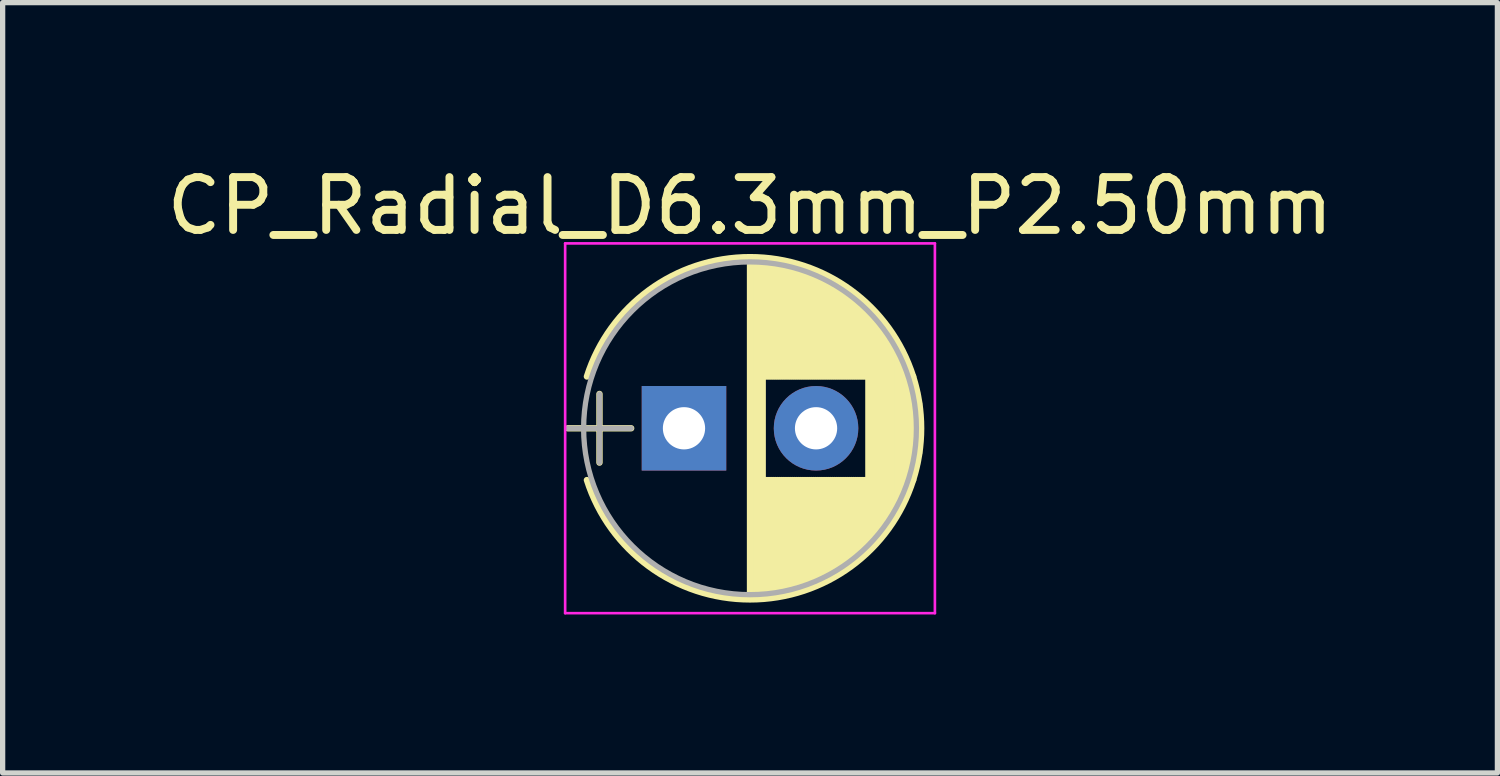
<source format=kicad_pcb>
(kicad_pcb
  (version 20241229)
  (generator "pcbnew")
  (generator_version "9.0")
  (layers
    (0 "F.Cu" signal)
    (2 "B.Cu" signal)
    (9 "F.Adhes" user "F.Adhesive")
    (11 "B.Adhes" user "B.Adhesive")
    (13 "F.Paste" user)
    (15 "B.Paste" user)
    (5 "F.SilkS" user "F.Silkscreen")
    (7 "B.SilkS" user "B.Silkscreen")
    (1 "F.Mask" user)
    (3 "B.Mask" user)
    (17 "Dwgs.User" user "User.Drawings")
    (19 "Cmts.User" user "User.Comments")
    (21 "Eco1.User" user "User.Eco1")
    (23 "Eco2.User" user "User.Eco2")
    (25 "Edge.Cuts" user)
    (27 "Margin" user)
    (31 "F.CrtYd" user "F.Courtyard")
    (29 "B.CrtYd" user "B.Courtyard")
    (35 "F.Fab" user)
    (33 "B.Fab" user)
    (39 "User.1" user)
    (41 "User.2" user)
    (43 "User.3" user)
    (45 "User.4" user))
  (footprint "CP_Radial_D6.3mm_P2.50mm"
    (layer "F.Cu")
    (at 9.899 5.058)
    (property "Reference" "CP_Radial_D6.3mm_P2.50mm" (at 1.25 -4.21 0) (layer "F.SilkS") (effects (font (size 1 1) (thickness 0.15))))
    (attr through_hole)
    (fp_line (start -2.2 0) (end -1 0) (stroke (width 0.12) (type solid)) (layer "F.SilkS"))
    (fp_line (start -1.6 -0.65) (end -1.6 0.65) (stroke (width 0.12) (type solid)) (layer "F.SilkS"))
    (fp_line (start 1.25 -3.2) (end 1.25 3.2) (stroke (width 0.12) (type solid)) (layer "F.SilkS"))
    (fp_line (start 1.29 -3.2) (end 1.29 3.2) (stroke (width 0.12) (type solid)) (layer "F.SilkS"))
    (fp_line (start 1.33 -3.2) (end 1.33 3.2) (stroke (width 0.12) (type solid)) (layer "F.SilkS"))
    (fp_line (start 1.37 -3.198) (end 1.37 3.198) (stroke (width 0.12) (type solid)) (layer "F.SilkS"))
    (fp_line (start 1.41 -3.197) (end 1.41 3.197) (stroke (width 0.12) (type solid)) (layer "F.SilkS"))
    (fp_line (start 1.45 -3.194) (end 1.45 3.194) (stroke (width 0.12) (type solid)) (layer "F.SilkS"))
    (fp_line (start 1.49 -3.192) (end 1.49 3.192) (stroke (width 0.12) (type solid)) (layer "F.SilkS"))
    (fp_line (start 1.53 -3.188) (end 1.53 -0.98) (stroke (width 0.12) (type solid)) (layer "F.SilkS"))
    (fp_line (start 1.53 0.98) (end 1.53 3.188) (stroke (width 0.12) (type solid)) (layer "F.SilkS"))
    (fp_line (start 1.57 -3.185) (end 1.57 -0.98) (stroke (width 0.12) (type solid)) (layer "F.SilkS"))
    (fp_line (start 1.57 0.98) (end 1.57 3.185) (stroke (width 0.12) (type solid)) (layer "F.SilkS"))
    (fp_line (start 1.61 -3.18) (end 1.61 -0.98) (stroke (width 0.12) (type solid)) (layer "F.SilkS"))
    (fp_line (start 1.61 0.98) (end 1.61 3.18) (stroke (width 0.12) (type solid)) (layer "F.SilkS"))
    (fp_line (start 1.65 -3.176) (end 1.65 -0.98) (stroke (width 0.12) (type solid)) (layer "F.SilkS"))
    (fp_line (start 1.65 0.98) (end 1.65 3.176) (stroke (width 0.12) (type solid)) (layer "F.SilkS"))
    (fp_line (start 1.69 -3.17) (end 1.69 -0.98) (stroke (width 0.12) (type solid)) (layer "F.SilkS"))
    (fp_line (start 1.69 0.98) (end 1.69 3.17) (stroke (width 0.12) (type solid)) (layer "F.SilkS"))
    (fp_line (start 1.73 -3.165) (end 1.73 -0.98) (stroke (width 0.12) (type solid)) (layer "F.SilkS"))
    (fp_line (start 1.73 0.98) (end 1.73 3.165) (stroke (width 0.12) (type solid)) (layer "F.SilkS"))
    (fp_line (start 1.77 -3.158) (end 1.77 -0.98) (stroke (width 0.12) (type solid)) (layer "F.SilkS"))
    (fp_line (start 1.77 0.98) (end 1.77 3.158) (stroke (width 0.12) (type solid)) (layer "F.SilkS"))
    (fp_line (start 1.81 -3.152) (end 1.81 -0.98) (stroke (width 0.12) (type solid)) (layer "F.SilkS"))
    (fp_line (start 1.81 0.98) (end 1.81 3.152) (stroke (width 0.12) (type solid)) (layer "F.SilkS"))
    (fp_line (start 1.85 -3.144) (end 1.85 -0.98) (stroke (width 0.12) (type solid)) (layer "F.SilkS"))
    (fp_line (start 1.85 0.98) (end 1.85 3.144) (stroke (width 0.12) (type solid)) (layer "F.SilkS"))
    (fp_line (start 1.89 -3.137) (end 1.89 -0.98) (stroke (width 0.12) (type solid)) (layer "F.SilkS"))
    (fp_line (start 1.89 0.98) (end 1.89 3.137) (stroke (width 0.12) (type solid)) (layer "F.SilkS"))
    (fp_line (start 1.93 -3.128) (end 1.93 -0.98) (stroke (width 0.12) (type solid)) (layer "F.SilkS"))
    (fp_line (start 1.93 0.98) (end 1.93 3.128) (stroke (width 0.12) (type solid)) (layer "F.SilkS"))
    (fp_line (start 1.971 -3.119) (end 1.971 -0.98) (stroke (width 0.12) (type solid)) (layer "F.SilkS"))
    (fp_line (start 1.971 0.98) (end 1.971 3.119) (stroke (width 0.12) (type solid)) (layer "F.SilkS"))
    (fp_line (start 2.011 -3.11) (end 2.011 -0.98) (stroke (width 0.12) (type solid)) (layer "F.SilkS"))
    (fp_line (start 2.011 0.98) (end 2.011 3.11) (stroke (width 0.12) (type solid)) (layer "F.SilkS"))
    (fp_line (start 2.051 -3.1) (end 2.051 -0.98) (stroke (width 0.12) (type solid)) (layer "F.SilkS"))
    (fp_line (start 2.051 0.98) (end 2.051 3.1) (stroke (width 0.12) (type solid)) (layer "F.SilkS"))
    (fp_line (start 2.091 -3.09) (end 2.091 -0.98) (stroke (width 0.12) (type solid)) (layer "F.SilkS"))
    (fp_line (start 2.091 0.98) (end 2.091 3.09) (stroke (width 0.12) (type solid)) (layer "F.SilkS"))
    (fp_line (start 2.131 -3.079) (end 2.131 -0.98) (stroke (width 0.12) (type solid)) (layer "F.SilkS"))
    (fp_line (start 2.131 0.98) (end 2.131 3.079) (stroke (width 0.12) (type solid)) (layer "F.SilkS"))
    (fp_line (start 2.171 -3.067) (end 2.171 -0.98) (stroke (width 0.12) (type solid)) (layer "F.SilkS"))
    (fp_line (start 2.171 0.98) (end 2.171 3.067) (stroke (width 0.12) (type solid)) (layer "F.SilkS"))
    (fp_line (start 2.211 -3.055) (end 2.211 -0.98) (stroke (width 0.12) (type solid)) (layer "F.SilkS"))
    (fp_line (start 2.211 0.98) (end 2.211 3.055) (stroke (width 0.12) (type solid)) (layer "F.SilkS"))
    (fp_line (start 2.251 -3.042) (end 2.251 -0.98) (stroke (width 0.12) (type solid)) (layer "F.SilkS"))
    (fp_line (start 2.251 0.98) (end 2.251 3.042) (stroke (width 0.12) (type solid)) (layer "F.SilkS"))
    (fp_line (start 2.291 -3.029) (end 2.291 -0.98) (stroke (width 0.12) (type solid)) (layer "F.SilkS"))
    (fp_line (start 2.291 0.98) (end 2.291 3.029) (stroke (width 0.12) (type solid)) (layer "F.SilkS"))
    (fp_line (start 2.331 -3.015) (end 2.331 -0.98) (stroke (width 0.12) (type solid)) (layer "F.SilkS"))
    (fp_line (start 2.331 0.98) (end 2.331 3.015) (stroke (width 0.12) (type solid)) (layer "F.SilkS"))
    (fp_line (start 2.371 -3.001) (end 2.371 -0.98) (stroke (width 0.12) (type solid)) (layer "F.SilkS"))
    (fp_line (start 2.371 0.98) (end 2.371 3.001) (stroke (width 0.12) (type solid)) (layer "F.SilkS"))
    (fp_line (start 2.411 -2.986) (end 2.411 -0.98) (stroke (width 0.12) (type solid)) (layer "F.SilkS"))
    (fp_line (start 2.411 0.98) (end 2.411 2.986) (stroke (width 0.12) (type solid)) (layer "F.SilkS"))
    (fp_line (start 2.451 -2.97) (end 2.451 -0.98) (stroke (width 0.12) (type solid)) (layer "F.SilkS"))
    (fp_line (start 2.451 0.98) (end 2.451 2.97) (stroke (width 0.12) (type solid)) (layer "F.SilkS"))
    (fp_line (start 2.491 -2.954) (end 2.491 -0.98) (stroke (width 0.12) (type solid)) (layer "F.SilkS"))
    (fp_line (start 2.491 0.98) (end 2.491 2.954) (stroke (width 0.12) (type solid)) (layer "F.SilkS"))
    (fp_line (start 2.531 -2.937) (end 2.531 -0.98) (stroke (width 0.12) (type solid)) (layer "F.SilkS"))
    (fp_line (start 2.531 0.98) (end 2.531 2.937) (stroke (width 0.12) (type solid)) (layer "F.SilkS"))
    (fp_line (start 2.571 -2.919) (end 2.571 -0.98) (stroke (width 0.12) (type solid)) (layer "F.SilkS"))
    (fp_line (start 2.571 0.98) (end 2.571 2.919) (stroke (width 0.12) (type solid)) (layer "F.SilkS"))
    (fp_line (start 2.611 -2.901) (end 2.611 -0.98) (stroke (width 0.12) (type solid)) (layer "F.SilkS"))
    (fp_line (start 2.611 0.98) (end 2.611 2.901) (stroke (width 0.12) (type solid)) (layer "F.SilkS"))
    (fp_line (start 2.651 -2.882) (end 2.651 -0.98) (stroke (width 0.12) (type solid)) (layer "F.SilkS"))
    (fp_line (start 2.651 0.98) (end 2.651 2.882) (stroke (width 0.12) (type solid)) (layer "F.SilkS"))
    (fp_line (start 2.691 -2.863) (end 2.691 -0.98) (stroke (width 0.12) (type solid)) (layer "F.SilkS"))
    (fp_line (start 2.691 0.98) (end 2.691 2.863) (stroke (width 0.12) (type solid)) (layer "F.SilkS"))
    (fp_line (start 2.731 -2.843) (end 2.731 -0.98) (stroke (width 0.12) (type solid)) (layer "F.SilkS"))
    (fp_line (start 2.731 0.98) (end 2.731 2.843) (stroke (width 0.12) (type solid)) (layer "F.SilkS"))
    (fp_line (start 2.771 -2.822) (end 2.771 -0.98) (stroke (width 0.12) (type solid)) (layer "F.SilkS"))
    (fp_line (start 2.771 0.98) (end 2.771 2.822) (stroke (width 0.12) (type solid)) (layer "F.SilkS"))
    (fp_line (start 2.811 -2.8) (end 2.811 -0.98) (stroke (width 0.12) (type solid)) (layer "F.SilkS"))
    (fp_line (start 2.811 0.98) (end 2.811 2.8) (stroke (width 0.12) (type solid)) (layer "F.SilkS"))
    (fp_line (start 2.851 -2.778) (end 2.851 -0.98) (stroke (width 0.12) (type solid)) (layer "F.SilkS"))
    (fp_line (start 2.851 0.98) (end 2.851 2.778) (stroke (width 0.12) (type solid)) (layer "F.SilkS"))
    (fp_line (start 2.891 -2.755) (end 2.891 -0.98) (stroke (width 0.12) (type solid)) (layer "F.SilkS"))
    (fp_line (start 2.891 0.98) (end 2.891 2.755) (stroke (width 0.12) (type solid)) (layer "F.SilkS"))
    (fp_line (start 2.931 -2.731) (end 2.931 -0.98) (stroke (width 0.12) (type solid)) (layer "F.SilkS"))
    (fp_line (start 2.931 0.98) (end 2.931 2.731) (stroke (width 0.12) (type solid)) (layer "F.SilkS"))
    (fp_line (start 2.971 -2.706) (end 2.971 -0.98) (stroke (width 0.12) (type solid)) (layer "F.SilkS"))
    (fp_line (start 2.971 0.98) (end 2.971 2.706) (stroke (width 0.12) (type solid)) (layer "F.SilkS"))
    (fp_line (start 3.011 -2.681) (end 3.011 -0.98) (stroke (width 0.12) (type solid)) (layer "F.SilkS"))
    (fp_line (start 3.011 0.98) (end 3.011 2.681) (stroke (width 0.12) (type solid)) (layer "F.SilkS"))
    (fp_line (start 3.051 -2.654) (end 3.051 -0.98) (stroke (width 0.12) (type solid)) (layer "F.SilkS"))
    (fp_line (start 3.051 0.98) (end 3.051 2.654) (stroke (width 0.12) (type solid)) (layer "F.SilkS"))
    (fp_line (start 3.091 -2.627) (end 3.091 -0.98) (stroke (width 0.12) (type solid)) (layer "F.SilkS"))
    (fp_line (start 3.091 0.98) (end 3.091 2.627) (stroke (width 0.12) (type solid)) (layer "F.SilkS"))
    (fp_line (start 3.131 -2.599) (end 3.131 -0.98) (stroke (width 0.12) (type solid)) (layer "F.SilkS"))
    (fp_line (start 3.131 0.98) (end 3.131 2.599) (stroke (width 0.12) (type solid)) (layer "F.SilkS"))
    (fp_line (start 3.171 -2.57) (end 3.171 -0.98) (stroke (width 0.12) (type solid)) (layer "F.SilkS"))
    (fp_line (start 3.171 0.98) (end 3.171 2.57) (stroke (width 0.12) (type solid)) (layer "F.SilkS"))
    (fp_line (start 3.211 -2.54) (end 3.211 -0.98) (stroke (width 0.12) (type solid)) (layer "F.SilkS"))
    (fp_line (start 3.211 0.98) (end 3.211 2.54) (stroke (width 0.12) (type solid)) (layer "F.SilkS"))
    (fp_line (start 3.251 -2.51) (end 3.251 -0.98) (stroke (width 0.12) (type solid)) (layer "F.SilkS"))
    (fp_line (start 3.251 0.98) (end 3.251 2.51) (stroke (width 0.12) (type solid)) (layer "F.SilkS"))
    (fp_line (start 3.291 -2.478) (end 3.291 -0.98) (stroke (width 0.12) (type solid)) (layer "F.SilkS"))
    (fp_line (start 3.291 0.98) (end 3.291 2.478) (stroke (width 0.12) (type solid)) (layer "F.SilkS"))
    (fp_line (start 3.331 -2.445) (end 3.331 -0.98) (stroke (width 0.12) (type solid)) (layer "F.SilkS"))
    (fp_line (start 3.331 0.98) (end 3.331 2.445) (stroke (width 0.12) (type solid)) (layer "F.SilkS"))
    (fp_line (start 3.371 -2.411) (end 3.371 -0.98) (stroke (width 0.12) (type solid)) (layer "F.SilkS"))
    (fp_line (start 3.371 0.98) (end 3.371 2.411) (stroke (width 0.12) (type solid)) (layer "F.SilkS"))
    (fp_line (start 3.411 -2.375) (end 3.411 -0.98) (stroke (width 0.12) (type solid)) (layer "F.SilkS"))
    (fp_line (start 3.411 0.98) (end 3.411 2.375) (stroke (width 0.12) (type solid)) (layer "F.SilkS"))
    (fp_line (start 3.451 -2.339) (end 3.451 -0.98) (stroke (width 0.12) (type solid)) (layer "F.SilkS"))
    (fp_line (start 3.451 0.98) (end 3.451 2.339) (stroke (width 0.12) (type solid)) (layer "F.SilkS"))
    (fp_line (start 3.491 -2.301) (end 3.491 2.301) (stroke (width 0.12) (type solid)) (layer "F.SilkS"))
    (fp_line (start 3.531 -2.262) (end 3.531 2.262) (stroke (width 0.12) (type solid)) (layer "F.SilkS"))
    (fp_line (start 3.571 -2.222) (end 3.571 2.222) (stroke (width 0.12) (type solid)) (layer "F.SilkS"))
    (fp_line (start 3.611 -2.18) (end 3.611 2.18) (stroke (width 0.12) (type solid)) (layer "F.SilkS"))
    (fp_line (start 3.651 -2.137) (end 3.651 2.137) (stroke (width 0.12) (type solid)) (layer "F.SilkS"))
    (fp_line (start 3.691 -2.092) (end 3.691 2.092) (stroke (width 0.12) (type solid)) (layer "F.SilkS"))
    (fp_line (start 3.731 -2.045) (end 3.731 2.045) (stroke (width 0.12) (type solid)) (layer "F.SilkS"))
    (fp_line (start 3.771 -1.997) (end 3.771 1.997) (stroke (width 0.12) (type solid)) (layer "F.SilkS"))
    (fp_line (start 3.811 -1.946) (end 3.811 1.946) (stroke (width 0.12) (type solid)) (layer "F.SilkS"))
    (fp_line (start 3.851 -1.894) (end 3.851 1.894) (stroke (width 0.12) (type solid)) (layer "F.SilkS"))
    (fp_line (start 3.891 -1.839) (end 3.891 1.839) (stroke (width 0.12) (type solid)) (layer "F.SilkS"))
    (fp_line (start 3.931 -1.781) (end 3.931 1.781) (stroke (width 0.12) (type solid)) (layer "F.SilkS"))
    (fp_line (start 3.971 -1.721) (end 3.971 1.721) (stroke (width 0.12) (type solid)) (layer "F.SilkS"))
    (fp_line (start 4.011 -1.658) (end 4.011 1.658) (stroke (width 0.12) (type solid)) (layer "F.SilkS"))
    (fp_line (start 4.051 -1.591) (end 4.051 1.591) (stroke (width 0.12) (type solid)) (layer "F.SilkS"))
    (fp_line (start 4.091 -1.52) (end 4.091 1.52) (stroke (width 0.12) (type solid)) (layer "F.SilkS"))
    (fp_line (start 4.131 -1.445) (end 4.131 1.445) (stroke (width 0.12) (type solid)) (layer "F.SilkS"))
    (fp_line (start 4.171 -1.364) (end 4.171 1.364) (stroke (width 0.12) (type solid)) (layer "F.SilkS"))
    (fp_line (start 4.211 -1.278) (end 4.211 1.278) (stroke (width 0.12) (type solid)) (layer "F.SilkS"))
    (fp_line (start 4.251 -1.184) (end 4.251 1.184) (stroke (width 0.12) (type solid)) (layer "F.SilkS"))
    (fp_line (start 4.291 -1.081) (end 4.291 1.081) (stroke (width 0.12) (type solid)) (layer "F.SilkS"))
    (fp_line (start 4.331 -0.966) (end 4.331 0.966) (stroke (width 0.12) (type solid)) (layer "F.SilkS"))
    (fp_line (start 4.371 -0.834) (end 4.371 0.834) (stroke (width 0.12) (type solid)) (layer "F.SilkS"))
    (fp_line (start 4.411 -0.676) (end 4.411 0.676) (stroke (width 0.12) (type solid)) (layer "F.SilkS"))
    (fp_line (start 4.451 -0.468) (end 4.451 0.468) (stroke (width 0.12) (type solid)) (layer "F.SilkS"))
    (fp_arc (start -1.838236 -0.98) (mid 1.250337 -3.24) (end 4.33844 -0.979357) (stroke (width 0.12) (type solid)) (layer "F.SilkS"))
    (fp_arc (start 4.338236 -0.98) (mid 4.49 -0.000337) (end 4.33844 0.979357) (stroke (width 0.12) (type solid)) (layer "F.SilkS"))
    (fp_arc (start 4.33844 0.979357) (mid 1.250337 3.24) (end -1.838236 0.98) (stroke (width 0.12) (type solid)) (layer "F.SilkS"))
    (fp_line (start -2.25 -3.5) (end -2.25 3.5) (stroke (width 0.05) (type solid)) (layer "F.CrtYd"))
    (fp_line (start -2.25 3.5) (end 4.75 3.5) (stroke (width 0.05) (type solid)) (layer "F.CrtYd"))
    (fp_line (start 4.75 -3.5) (end -2.25 -3.5) (stroke (width 0.05) (type solid)) (layer "F.CrtYd"))
    (fp_line (start 4.75 3.5) (end 4.75 -3.5) (stroke (width 0.05) (type solid)) (layer "F.CrtYd"))
    (fp_line (start -2.2 0) (end -1 0) (stroke (width 0.1) (type solid)) (layer "F.Fab"))
    (fp_line (start -1.6 -0.65) (end -1.6 0.65) (stroke (width 0.1) (type solid)) (layer "F.Fab"))
    (fp_circle (center 1.25 0) (end 4.4 0) (stroke (width 0.1) (type solid)) (fill no) (layer "F.Fab"))
    (pad "1" thru_hole rect (at 0 0) (size 1.6 1.6) (drill 0.8) (layers "*.Mask" "B.Cu"))
    (pad "2" thru_hole circle (at 2.5 0) (size 1.6 1.6) (drill 0.8) (layers "*.Mask" "B.Cu")))
  (gr_rect
    (start -3 -3)
    (end 25.298 11.583)
    (stroke (width 0.1) (type default))
    (fill no)
    (layer "Edge.Cuts")))
</source>
